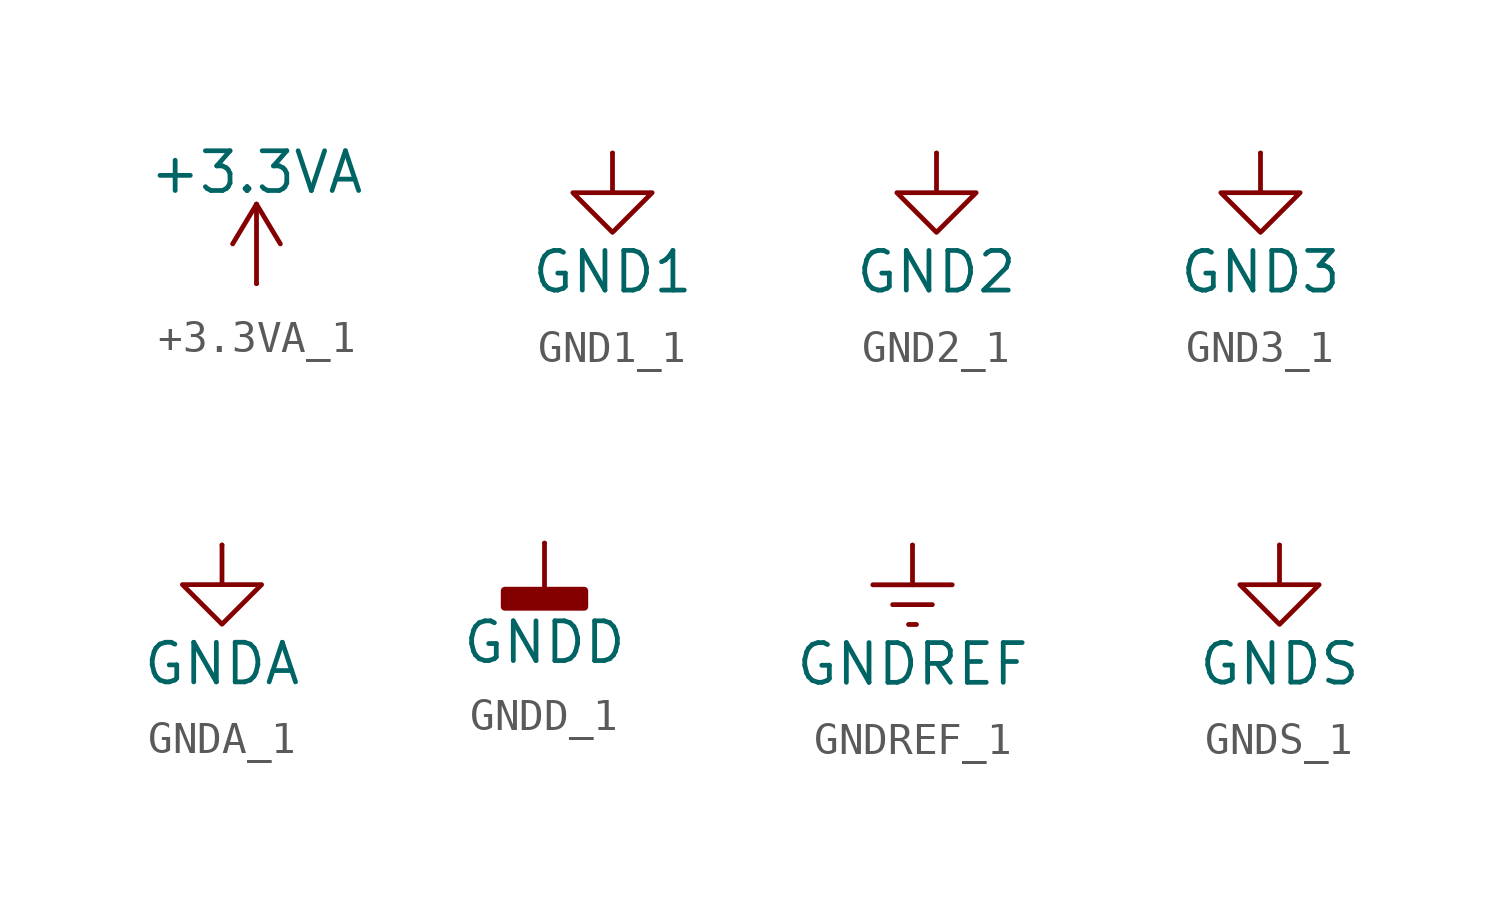
<source format=kicad_sym>
(kicad_symbol_lib
  (version 20231120)
  (generator "kicad_symbol_editor")
  (generator_version "8.0")
  (symbol "+3.3VA_1"
    (power)
    (pin_numbers hide)
    (pin_names
      (offset 0) hide)
    (property "Reference" "#PWR"
      (at 0 -3.81 0)
      (effects (font (size 1.27 1.27)) (hide yes)))
    (property "Value" "+3.3VA"
      (at 0 3.556 0)
      (effects (font (size 1.27 1.27))))
    (symbol "+3.3VA_1_0_1"
      (polyline (pts (xy -0.762 1.27) (xy 0 2.54)) (stroke (width 0) (type default)) (fill (type none)))
      (polyline (pts (xy 0 0) (xy 0 2.54)) (stroke (width 0) (type default)) (fill (type none)))
      (polyline (pts (xy 0 2.54) (xy 0.762 1.27)) (stroke (width 0) (type default)) (fill (type none))))
    (symbol "+3.3VA_1_1_1"
      (pin power_in line (at 0 0 90) (length 0) (name "~" (effects (font (size 1.27 1.27)))) (number "1" (effects (font (size 1.27 1.27)))))))
  (symbol "GND1_1"
    (power)
    (pin_numbers hide)
    (pin_names
      (offset 0) hide)
    (property "Reference" "#PWR"
      (at 0 -6.35 0)
      (effects (font (size 1.27 1.27)) (hide yes)))
    (property "Value" "GND1"
      (at 0 -3.81 0)
      (effects (font (size 1.27 1.27))))
    (symbol "GND1_1_0_1"
      (polyline (pts (xy 0 0) (xy 0 -1.27) (xy 1.27 -1.27) (xy 0 -2.54) (xy -1.27 -1.27) (xy 0 -1.27)) (stroke (width 0) (type default)) (fill (type none))))
    (symbol "GND1_1_1_1"
      (pin power_in line (at 0 0 270) (length 0) (name "~" (effects (font (size 1.27 1.27)))) (number "1" (effects (font (size 1.27 1.27)))))))
  (symbol "GND2_1"
    (power)
    (pin_numbers hide)
    (pin_names
      (offset 0) hide)
    (property "Reference" "#PWR"
      (at 0 -6.35 0)
      (effects (font (size 1.27 1.27)) (hide yes)))
    (property "Value" "GND2"
      (at 0 -3.81 0)
      (effects (font (size 1.27 1.27))))
    (symbol "GND2_1_0_1"
      (polyline (pts (xy 0 0) (xy 0 -1.27) (xy 1.27 -1.27) (xy 0 -2.54) (xy -1.27 -1.27) (xy 0 -1.27)) (stroke (width 0) (type default)) (fill (type none))))
    (symbol "GND2_1_1_1"
      (pin power_in line (at 0 0 270) (length 0) (name "~" (effects (font (size 1.27 1.27)))) (number "1" (effects (font (size 1.27 1.27)))))))
  (symbol "GND3_1"
    (power)
    (pin_numbers hide)
    (pin_names
      (offset 0) hide)
    (property "Reference" "#PWR"
      (at 0 -6.35 0)
      (effects (font (size 1.27 1.27)) (hide yes)))
    (property "Value" "GND3"
      (at 0 -3.81 0)
      (effects (font (size 1.27 1.27))))
    (symbol "GND3_1_0_1"
      (polyline (pts (xy 0 0) (xy 0 -1.27) (xy 1.27 -1.27) (xy 0 -2.54) (xy -1.27 -1.27) (xy 0 -1.27)) (stroke (width 0) (type default)) (fill (type none))))
    (symbol "GND3_1_1_1"
      (pin power_in line (at 0 0 270) (length 0) (name "~" (effects (font (size 1.27 1.27)))) (number "1" (effects (font (size 1.27 1.27)))))))
  (symbol "GNDA_1"
    (power)
    (pin_numbers hide)
    (pin_names
      (offset 0) hide)
    (property "Reference" "#PWR"
      (at 0 -6.35 0)
      (effects (font (size 1.27 1.27)) (hide yes)))
    (property "Value" "GNDA"
      (at 0 -3.81 0)
      (effects (font (size 1.27 1.27))))
    (symbol "GNDA_1_0_1"
      (polyline (pts (xy 0 0) (xy 0 -1.27) (xy 1.27 -1.27) (xy 0 -2.54) (xy -1.27 -1.27) (xy 0 -1.27)) (stroke (width 0) (type default)) (fill (type none))))
    (symbol "GNDA_1_1_1"
      (pin power_in line (at 0 0 270) (length 0) (name "~" (effects (font (size 1.27 1.27)))) (number "1" (effects (font (size 1.27 1.27)))))))
  (symbol "GNDD_1"
    (power)
    (pin_numbers hide)
    (pin_names
      (offset 0) hide)
    (property "Reference" "#PWR"
      (at 0 -6.35 0)
      (effects (font (size 1.27 1.27)) (hide yes)))
    (property "Value" "GNDD"
      (at 0 -3.175 0)
      (effects (font (size 1.27 1.27))))
    (symbol "GNDD_1_0_1"
      (rectangle (start -1.27 -1.524) (end 1.27 -2.032) (stroke (width 0.254) (type default)) (fill (type outline)))
      (polyline (pts (xy 0 0) (xy 0 -1.524)) (stroke (width 0) (type default)) (fill (type none))))
    (symbol "GNDD_1_1_1"
      (pin power_in line (at 0 0 270) (length 0) (name "~" (effects (font (size 1.27 1.27)))) (number "1" (effects (font (size 1.27 1.27)))))))
  (symbol "GNDREF_1"
    (power)
    (pin_numbers hide)
    (pin_names
      (offset 0) hide)
    (property "Reference" "#PWR"
      (at 0 -6.35 0)
      (effects (font (size 1.27 1.27)) (hide yes)))
    (property "Value" "GNDREF"
      (at 0 -3.81 0)
      (effects (font (size 1.27 1.27))))
    (symbol "GNDREF_1_0_1"
      (polyline (pts (xy -0.635 -1.905) (xy 0.635 -1.905)) (stroke (width 0) (type default)) (fill (type none)))
      (polyline (pts (xy -0.127 -2.54) (xy 0.127 -2.54)) (stroke (width 0) (type default)) (fill (type none)))
      (polyline (pts (xy 0 -1.27) (xy 0 0)) (stroke (width 0) (type default)) (fill (type none)))
      (polyline (pts (xy 1.27 -1.27) (xy -1.27 -1.27)) (stroke (width 0) (type default)) (fill (type none))))
    (symbol "GNDREF_1_1_1"
      (pin power_in line (at 0 0 270) (length 0) (name "~" (effects (font (size 1.27 1.27)))) (number "1" (effects (font (size 1.27 1.27)))))))
  (symbol "GNDS_1"
    (power)
    (pin_numbers hide)
    (pin_names
      (offset 0) hide)
    (property "Reference" "#PWR"
      (at 0 -6.35 0)
      (effects (font (size 1.27 1.27)) (hide yes)))
    (property "Value" "GNDS"
      (at 0 -3.81 0)
      (effects (font (size 1.27 1.27))))
    (symbol "GNDS_1_0_1"
      (polyline (pts (xy 0 0) (xy 0 -1.27) (xy 1.27 -1.27) (xy 0 -2.54) (xy -1.27 -1.27) (xy 0 -1.27)) (stroke (width 0) (type default)) (fill (type none))))
    (symbol "GNDS_1_1_1"
      (pin power_in line (at 0 0 270) (length 0) (name "~" (effects (font (size 1.27 1.27)))) (number "1" (effects (font (size 1.27 1.27))))))))
</source>
